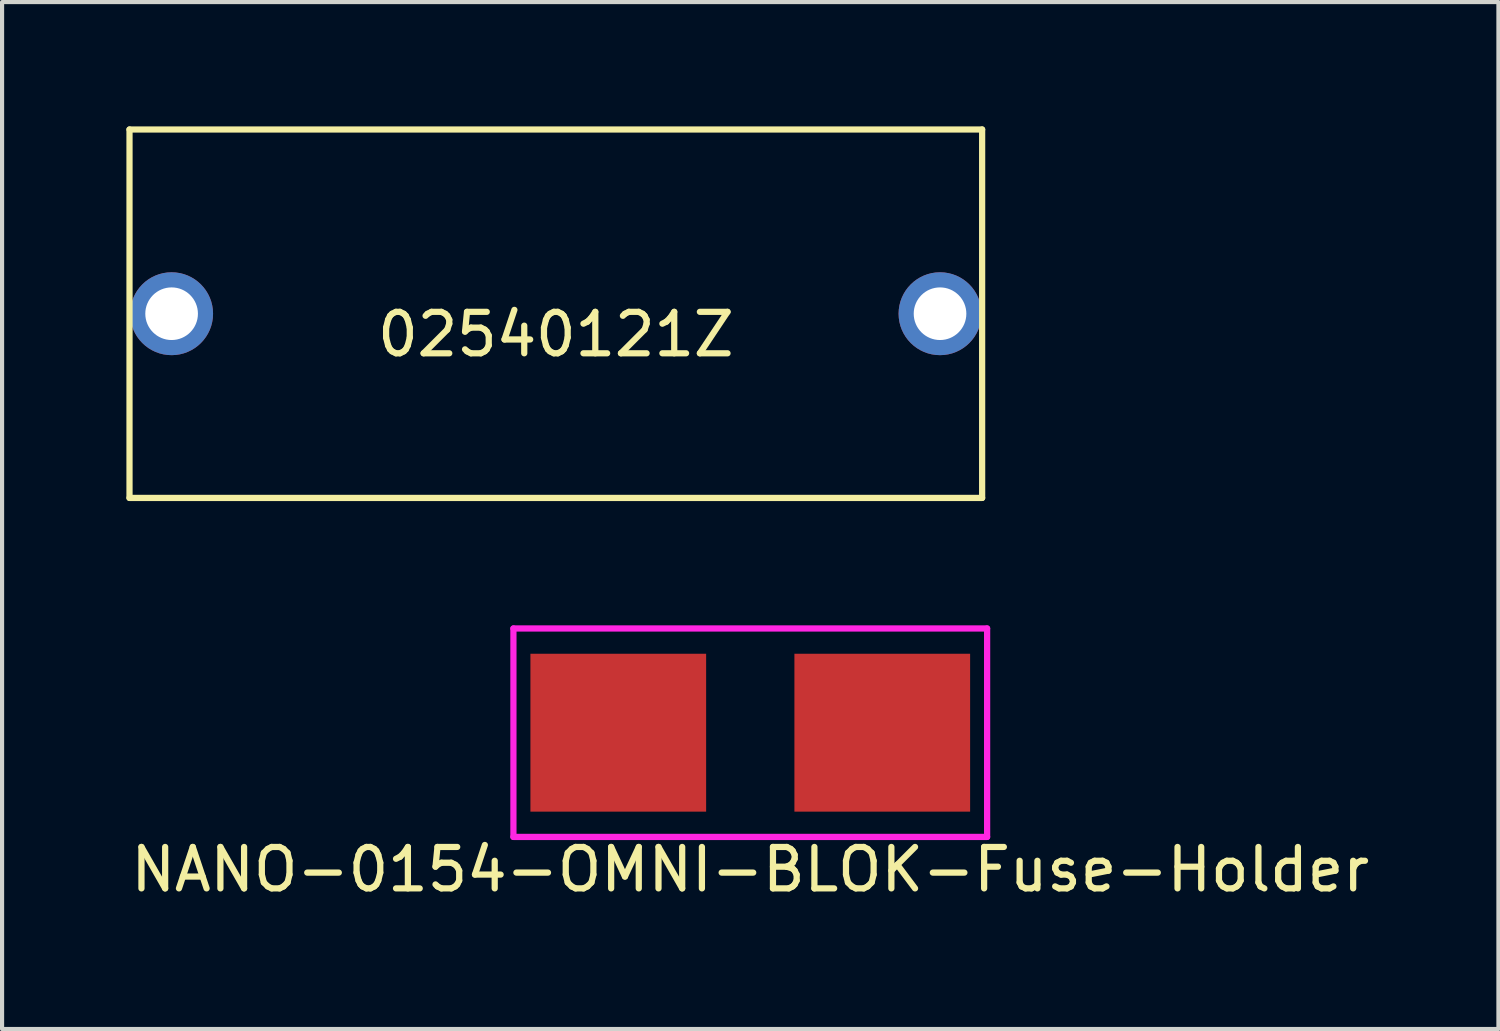
<source format=kicad_pcb>
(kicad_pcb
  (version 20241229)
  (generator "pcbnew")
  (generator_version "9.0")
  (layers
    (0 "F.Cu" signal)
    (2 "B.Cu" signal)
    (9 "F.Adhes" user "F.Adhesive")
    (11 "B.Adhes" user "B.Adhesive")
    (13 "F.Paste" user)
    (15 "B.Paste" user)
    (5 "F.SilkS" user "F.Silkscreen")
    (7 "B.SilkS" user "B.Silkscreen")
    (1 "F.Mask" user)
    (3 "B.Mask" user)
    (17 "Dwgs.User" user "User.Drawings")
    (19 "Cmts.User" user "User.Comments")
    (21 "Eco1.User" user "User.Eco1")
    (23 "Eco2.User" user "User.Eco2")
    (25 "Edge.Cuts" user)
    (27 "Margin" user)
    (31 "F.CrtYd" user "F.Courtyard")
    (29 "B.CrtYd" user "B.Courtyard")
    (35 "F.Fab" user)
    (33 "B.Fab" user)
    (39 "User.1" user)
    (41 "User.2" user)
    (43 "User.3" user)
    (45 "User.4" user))
  (footprint "02540121Z"
    (layer "F.Cu")
    (at 10.362 4.52)
    (property "Reference" "02540121Z" (at 0 0.5 0) (layer "F.SilkS") (effects (font (size 1 1) (thickness 0.15))))
    (attr through_hole)
    (fp_line (start -10.287 -4.445) (end -10.287 4.445) (stroke (width 0.15) (type solid)) (layer "F.SilkS"))
    (fp_line (start -10.287 -4.445) (end 10.287 -4.445) (stroke (width 0.15) (type solid)) (layer "F.SilkS"))
    (fp_line (start -10.287 4.445) (end 10.287 4.445) (stroke (width 0.15) (type solid)) (layer "F.SilkS"))
    (fp_line (start 10.287 -4.445) (end 10.287 4.445) (stroke (width 0.15) (type solid)) (layer "F.SilkS"))
    (pad "1" thru_hole circle (at -9.271 0) (size 2 2) (drill 1.27) (layers "*.Cu" "*.Mask"))
    (pad "2" thru_hole circle (at 9.271 0) (size 2 2) (drill 1.27) (layers "*.Cu" "*.Mask")))
  (footprint "NANO-0154-OMNI-BLOK-Fuse-Holder"
    (layer "F.Cu")
    (at 15.054 14.63)
    (property "Reference" "NANO-0154-OMNI-BLOK-Fuse-Holder" (at 0 3.302 0) (layer "F.SilkS") (effects (font (size 1 1) (thickness 0.15))))
    (attr smd)
    (fp_line (start -5.715 -2.515) (end -5.715 2.515) (stroke (width 0.15) (type solid)) (layer "F.CrtYd"))
    (fp_line (start -5.715 2.515) (end 5.715 2.515) (stroke (width 0.15) (type solid)) (layer "F.CrtYd"))
    (fp_line (start 5.715 -2.515) (end -5.715 -2.515) (stroke (width 0.15) (type solid)) (layer "F.CrtYd"))
    (fp_line (start 5.715 2.515) (end 5.715 -2.515) (stroke (width 0.15) (type solid)) (layer "F.CrtYd"))
    (pad "1" smd rect (at -3.185 0) (size 4.24 3.81) (layers "F.Cu" "F.Mask" "F.Paste"))
    (pad "2" smd rect (at 3.185 0) (size 4.24 3.81) (layers "F.Cu" "F.Mask" "F.Paste")))
  (gr_rect
    (start -3 -3)
    (end 33.107 21.78)
    (stroke (width 0.1) (type default))
    (fill no)
    (layer "Edge.Cuts")))
</source>
